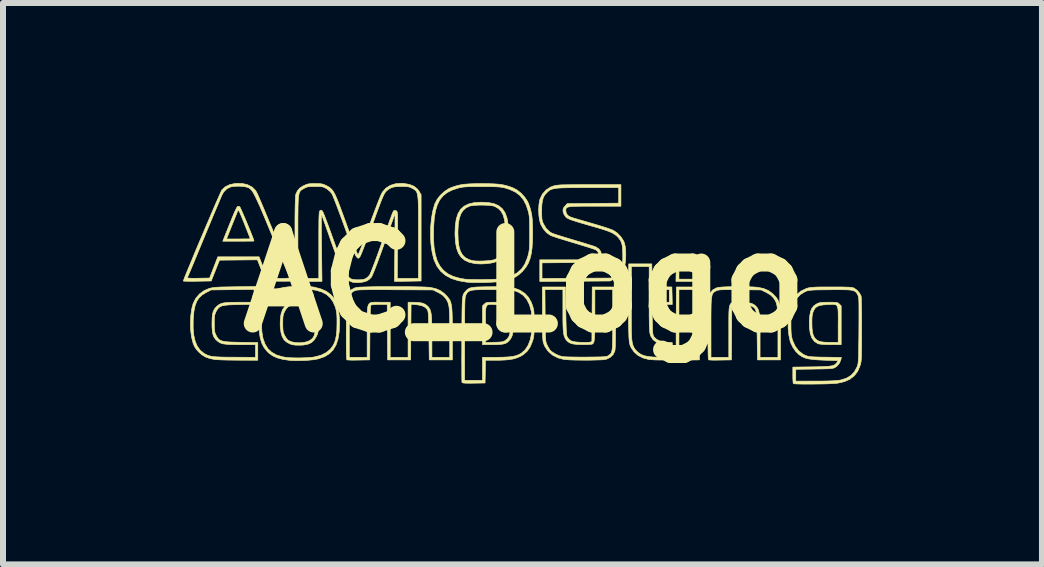
<source format=kicad_pcb>
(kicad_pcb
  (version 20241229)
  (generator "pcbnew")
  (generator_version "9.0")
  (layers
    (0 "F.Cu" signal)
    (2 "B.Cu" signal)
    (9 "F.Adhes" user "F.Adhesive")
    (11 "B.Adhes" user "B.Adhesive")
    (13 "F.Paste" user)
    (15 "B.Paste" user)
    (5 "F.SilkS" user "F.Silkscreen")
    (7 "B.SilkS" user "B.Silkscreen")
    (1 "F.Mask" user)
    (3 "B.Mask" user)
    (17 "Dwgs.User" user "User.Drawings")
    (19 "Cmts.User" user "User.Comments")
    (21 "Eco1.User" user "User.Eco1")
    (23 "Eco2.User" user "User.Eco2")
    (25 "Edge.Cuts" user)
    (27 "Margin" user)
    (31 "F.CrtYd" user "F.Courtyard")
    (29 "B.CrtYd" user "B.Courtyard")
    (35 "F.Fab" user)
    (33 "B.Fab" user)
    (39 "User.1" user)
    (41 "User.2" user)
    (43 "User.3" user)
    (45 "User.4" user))
  (footprint "AC_Logo"
    (layer "F.Cu")
    (at 5.698 1.652)
    (property "Reference" "AC_Logo" (at 0 0 0) (layer "F.SilkS") (effects (font (size 1.524 1.524) (thickness 0.3))))
    (attr through_hole)
    (fp_poly (pts (xy 2.912 -0.158) (xy 2.915 -0.012) (xy 2.517 -0.012) (xy 2.52 -0.158) (xy 2.523 -0.26) (xy 2.567 -0.26) (xy 2.567 -0.05) (xy 2.865 -0.05) (xy 2.865 -0.26) (xy 2.567 -0.26) (xy 2.523 -0.26) (xy 2.524 -0.304) (xy 2.908 -0.304) (xy 2.912 -0.158)) (stroke (width 0.01) (type solid)) (fill yes) (layer "F.SilkS"))
    (fp_poly (pts (xy 2.908 1.296) (xy 2.719 1.299) (xy 2.642 1.3) (xy 2.587 1.3) (xy 2.551 1.297) (xy 2.53 1.293) (xy 2.523 1.287) (xy 2.522 1.272) (xy 2.521 1.234) (xy 2.521 1.177) (xy 2.52 1.102) (xy 2.52 1.012) (xy 2.52 0.91) (xy 2.52 0.798) (xy 2.521 0.679) (xy 2.521 0.676) (xy 2.524 0.124) (xy 2.567 0.124) (xy 2.567 1.253) (xy 2.865 1.253) (xy 2.865 0.124) (xy 2.567 0.124) (xy 2.524 0.124) (xy 2.524 0.081) (xy 2.908 0.081) (xy 2.908 1.296)) (stroke (width 0.01) (type solid)) (fill yes) (layer "F.SilkS"))
    (fp_poly (pts (xy -4.764 -1.262) (xy -4.753 -1.257) (xy -4.745 -1.244) (xy -4.73 -1.212) (xy -4.709 -1.164) (xy -4.683 -1.105) (xy -4.655 -1.039) (xy -4.625 -0.968) (xy -4.596 -0.898) (xy -4.569 -0.832) (xy -4.546 -0.774) (xy -4.528 -0.727) (xy -4.517 -0.696) (xy -4.515 -0.685) (xy -4.526 -0.684) (xy -4.559 -0.683) (xy -4.61 -0.683) (xy -4.674 -0.682) (xy -4.749 -0.682) (xy -4.775 -0.682) (xy -5.036 -0.682) (xy -5.02 -0.719) (xy -4.973 -0.719) (xy -4.775 -0.719) (xy -4.708 -0.72) (xy -4.65 -0.72) (xy -4.607 -0.721) (xy -4.581 -0.722) (xy -4.577 -0.722) (xy -4.581 -0.734) (xy -4.593 -0.766) (xy -4.612 -0.814) (xy -4.636 -0.874) (xy -4.664 -0.945) (xy -4.675 -0.973) (xy -4.708 -1.055) (xy -4.733 -1.115) (xy -4.751 -1.158) (xy -4.765 -1.184) (xy -4.774 -1.196) (xy -4.781 -1.198) (xy -4.785 -1.19) (xy -4.794 -1.168) (xy -4.81 -1.127) (xy -4.831 -1.075) (xy -4.855 -1.014) (xy -4.862 -0.998) (xy -4.888 -0.934) (xy -4.912 -0.872) (xy -4.933 -0.82) (xy -4.948 -0.782) (xy -4.95 -0.778) (xy -4.973 -0.719) (xy -5.02 -0.719) (xy -5.019 -0.722) (xy -5.01 -0.746) (xy -4.993 -0.788) (xy -4.97 -0.846) (xy -4.943 -0.914) (xy -4.913 -0.988) (xy -4.904 -1.009) (xy -4.875 -1.082) (xy -4.847 -1.148) (xy -4.823 -1.201) (xy -4.804 -1.24) (xy -4.791 -1.26) (xy -4.789 -1.262) (xy -4.764 -1.262)) (stroke (width 0.01) (type solid)) (fill yes) (layer "F.SilkS"))
    (fp_poly (pts (xy 5.126 0.335) (xy 5.169 0.337) (xy 5.198 0.34) (xy 5.217 0.346) (xy 5.231 0.357) (xy 5.241 0.365) (xy 5.271 0.396) (xy 5.271 1.042) (xy 5.094 1.041) (xy 5.003 1.04) (xy 4.935 1.035) (xy 4.891 1.028) (xy 4.88 1.024) (xy 4.825 0.988) (xy 4.784 0.934) (xy 4.756 0.86) (xy 4.742 0.766) (xy 4.74 0.676) (xy 4.783 0.676) (xy 4.785 0.765) (xy 4.793 0.834) (xy 4.806 0.887) (xy 4.828 0.927) (xy 4.845 0.947) (xy 4.871 0.969) (xy 4.902 0.985) (xy 4.942 0.995) (xy 4.997 1.001) (xy 5.07 1.003) (xy 5.088 1.003) (xy 5.221 1.005) (xy 5.221 0.701) (xy 5.222 0.601) (xy 5.221 0.524) (xy 5.219 0.465) (xy 5.213 0.424) (xy 5.202 0.396) (xy 5.185 0.38) (xy 5.16 0.372) (xy 5.126 0.371) (xy 5.08 0.373) (xy 5.043 0.374) (xy 4.966 0.38) (xy 4.909 0.39) (xy 4.868 0.407) (xy 4.838 0.432) (xy 4.815 0.469) (xy 4.809 0.481) (xy 4.797 0.514) (xy 4.789 0.55) (xy 4.784 0.595) (xy 4.783 0.657) (xy 4.783 0.676) (xy 4.74 0.676) (xy 4.74 0.651) (xy 4.74 0.65) (xy 4.747 0.56) (xy 4.76 0.49) (xy 4.782 0.437) (xy 4.813 0.397) (xy 4.855 0.367) (xy 4.861 0.364) (xy 4.887 0.351) (xy 4.914 0.343) (xy 4.947 0.338) (xy 4.993 0.336) (xy 5.056 0.335) (xy 5.063 0.335) (xy 5.126 0.335)) (stroke (width 0.01) (type solid)) (fill yes) (layer "F.SilkS"))
    (fp_poly (pts (xy -0.43 0.337) (xy -0.371 0.343) (xy -0.326 0.355) (xy -0.292 0.374) (xy -0.262 0.402) (xy -0.258 0.407) (xy -0.231 0.444) (xy -0.213 0.485) (xy -0.201 0.534) (xy -0.194 0.598) (xy -0.192 0.68) (xy -0.192 0.688) (xy -0.194 0.773) (xy -0.2 0.838) (xy -0.211 0.888) (xy -0.229 0.929) (xy -0.255 0.966) (xy -0.258 0.969) (xy -0.284 0.996) (xy -0.313 1.016) (xy -0.349 1.029) (xy -0.397 1.037) (xy -0.461 1.041) (xy -0.539 1.042) (xy -0.707 1.042) (xy -0.707 0.632) (xy -0.657 0.632) (xy -0.657 0.702) (xy -0.657 1.007) (xy -0.509 1.003) (xy -0.444 1) (xy -0.398 0.997) (xy -0.366 0.991) (xy -0.344 0.983) (xy -0.326 0.972) (xy -0.296 0.946) (xy -0.273 0.919) (xy -0.258 0.885) (xy -0.248 0.841) (xy -0.244 0.782) (xy -0.242 0.704) (xy -0.242 0.682) (xy -0.242 0.61) (xy -0.243 0.559) (xy -0.246 0.522) (xy -0.251 0.496) (xy -0.259 0.476) (xy -0.269 0.458) (xy -0.294 0.426) (xy -0.324 0.403) (xy -0.364 0.388) (xy -0.419 0.379) (xy -0.485 0.375) (xy -0.536 0.372) (xy -0.577 0.371) (xy -0.607 0.374) (xy -0.628 0.384) (xy -0.643 0.404) (xy -0.651 0.436) (xy -0.656 0.483) (xy -0.657 0.547) (xy -0.657 0.632) (xy -0.707 0.632) (xy -0.707 0.396) (xy -0.676 0.365) (xy -0.662 0.352) (xy -0.645 0.343) (xy -0.622 0.338) (xy -0.587 0.336) (xy -0.534 0.335) (xy -0.509 0.335) (xy -0.43 0.337)) (stroke (width 0.01) (type solid)) (fill yes) (layer "F.SilkS"))
    (fp_poly (pts (xy -0.607 -1.326) (xy -0.513 -1.307) (xy -0.436 -1.273) (xy -0.376 -1.223) (xy -0.331 -1.156) (xy -0.299 -1.071) (xy -0.281 -0.966) (xy -0.273 -0.841) (xy -0.273 -0.819) (xy -0.28 -0.687) (xy -0.298 -0.577) (xy -0.33 -0.487) (xy -0.375 -0.416) (xy -0.433 -0.365) (xy -0.505 -0.331) (xy -0.51 -0.329) (xy -0.574 -0.316) (xy -0.652 -0.307) (xy -0.733 -0.303) (xy -0.807 -0.306) (xy -0.838 -0.309) (xy -0.929 -0.331) (xy -1.003 -0.365) (xy -1.062 -0.414) (xy -1.107 -0.479) (xy -1.138 -0.562) (xy -1.157 -0.664) (xy -1.165 -0.786) (xy -1.165 -0.819) (xy -1.116 -0.819) (xy -1.112 -0.697) (xy -1.099 -0.598) (xy -1.076 -0.518) (xy -1.042 -0.456) (xy -0.996 -0.41) (xy -0.937 -0.377) (xy -0.877 -0.359) (xy -0.829 -0.353) (xy -0.768 -0.351) (xy -0.699 -0.352) (xy -0.631 -0.356) (xy -0.569 -0.362) (xy -0.521 -0.371) (xy -0.502 -0.377) (xy -0.445 -0.409) (xy -0.4 -0.453) (xy -0.366 -0.511) (xy -0.342 -0.584) (xy -0.328 -0.677) (xy -0.323 -0.79) (xy -0.322 -0.819) (xy -0.327 -0.939) (xy -0.34 -1.039) (xy -0.363 -1.119) (xy -0.397 -1.181) (xy -0.443 -1.228) (xy -0.501 -1.261) (xy -0.517 -1.267) (xy -0.555 -1.275) (xy -0.61 -1.28) (xy -0.676 -1.283) (xy -0.747 -1.284) (xy -0.814 -1.281) (xy -0.873 -1.276) (xy -0.915 -1.269) (xy -0.921 -1.267) (xy -0.983 -1.237) (xy -1.031 -1.194) (xy -1.068 -1.136) (xy -1.094 -1.06) (xy -1.11 -0.966) (xy -1.116 -0.85) (xy -1.116 -0.819) (xy -1.165 -0.819) (xy -1.16 -0.948) (xy -1.143 -1.056) (xy -1.114 -1.144) (xy -1.071 -1.214) (xy -1.013 -1.266) (xy -0.939 -1.302) (xy -0.848 -1.324) (xy -0.738 -1.332) (xy -0.719 -1.332) (xy -0.607 -1.326)) (stroke (width 0.01) (type solid)) (fill yes) (layer "F.SilkS"))
    (fp_poly (pts (xy -3.698 0.329) (xy -3.656 0.332) (xy -3.625 0.337) (xy -3.599 0.347) (xy -3.571 0.362) (xy -3.57 0.363) (xy -3.529 0.392) (xy -3.499 0.428) (xy -3.477 0.468) (xy -3.462 0.501) (xy -3.452 0.529) (xy -3.446 0.56) (xy -3.443 0.6) (xy -3.442 0.656) (xy -3.442 0.689) (xy -3.442 0.754) (xy -3.444 0.8) (xy -3.448 0.834) (xy -3.456 0.862) (xy -3.468 0.891) (xy -3.479 0.912) (xy -3.515 0.968) (xy -3.559 1.008) (xy -3.616 1.034) (xy -3.689 1.048) (xy -3.745 1.051) (xy -3.824 1.05) (xy -3.884 1.041) (xy -3.9 1.036) (xy -3.964 1.005) (xy -4.012 0.964) (xy -4.045 0.908) (xy -4.066 0.836) (xy -4.077 0.744) (xy -4.078 0.734) (xy -4.078 0.688) (xy -4.036 0.688) (xy -4.035 0.752) (xy -4.032 0.797) (xy -4.027 0.831) (xy -4.017 0.86) (xy -4.005 0.887) (xy -3.982 0.926) (xy -3.956 0.959) (xy -3.944 0.97) (xy -3.895 0.993) (xy -3.83 1.007) (xy -3.758 1.011) (xy -3.686 1.005) (xy -3.622 0.99) (xy -3.592 0.976) (xy -3.555 0.951) (xy -3.528 0.921) (xy -3.509 0.882) (xy -3.498 0.829) (xy -3.492 0.759) (xy -3.491 0.688) (xy -3.493 0.603) (xy -3.499 0.538) (xy -3.51 0.489) (xy -3.529 0.452) (xy -3.555 0.423) (xy -3.573 0.408) (xy -3.623 0.384) (xy -3.689 0.369) (xy -3.762 0.364) (xy -3.835 0.371) (xy -3.835 0.371) (xy -3.899 0.386) (xy -3.945 0.41) (xy -3.979 0.446) (xy -4.005 0.49) (xy -4.019 0.52) (xy -4.028 0.549) (xy -4.033 0.584) (xy -4.035 0.632) (xy -4.036 0.688) (xy -4.078 0.688) (xy -4.077 0.622) (xy -4.064 0.529) (xy -4.038 0.456) (xy -3.998 0.399) (xy -3.943 0.358) (xy -3.941 0.357) (xy -3.913 0.344) (xy -3.883 0.335) (xy -3.846 0.331) (xy -3.795 0.329) (xy -3.758 0.329) (xy -3.698 0.329)) (stroke (width 0.01) (type solid)) (fill yes) (layer "F.SilkS"))
    (fp_poly (pts (xy 2.121 0.074) (xy 2.285 0.077) (xy 2.449 0.081) (xy 2.453 0.226) (xy 2.456 0.372) (xy 2.119 0.372) (xy 2.123 0.625) (xy 2.125 0.712) (xy 2.126 0.777) (xy 2.129 0.825) (xy 2.132 0.858) (xy 2.137 0.882) (xy 2.143 0.898) (xy 2.151 0.912) (xy 2.153 0.914) (xy 2.196 0.955) (xy 2.258 0.983) (xy 2.34 0.999) (xy 2.363 1.001) (xy 2.456 1.008) (xy 2.449 1.296) (xy 2.294 1.298) (xy 2.226 1.298) (xy 2.159 1.296) (xy 2.102 1.292) (xy 2.065 1.289) (xy 1.969 1.264) (xy 1.885 1.221) (xy 1.817 1.161) (xy 1.768 1.088) (xy 1.754 1.056) (xy 1.747 1.033) (xy 1.741 1.004) (xy 1.737 0.965) (xy 1.733 0.914) (xy 1.731 0.847) (xy 1.728 0.76) (xy 1.727 0.685) (xy 1.721 0.372) (xy 1.562 0.372) (xy 1.565 0.226) (xy 1.568 0.124) (xy 1.612 0.124) (xy 1.612 0.335) (xy 1.774 0.335) (xy 1.774 0.649) (xy 1.774 0.762) (xy 1.776 0.854) (xy 1.779 0.927) (xy 1.785 0.985) (xy 1.794 1.03) (xy 1.806 1.067) (xy 1.821 1.097) (xy 1.841 1.125) (xy 1.85 1.136) (xy 1.891 1.175) (xy 1.935 1.205) (xy 1.989 1.226) (xy 2.054 1.24) (xy 2.137 1.248) (xy 2.239 1.251) (xy 2.242 1.251) (xy 2.406 1.253) (xy 2.406 1.042) (xy 2.349 1.042) (xy 2.265 1.032) (xy 2.194 1.004) (xy 2.137 0.96) (xy 2.098 0.901) (xy 2.086 0.865) (xy 2.08 0.831) (xy 2.076 0.778) (xy 2.073 0.708) (xy 2.072 0.627) (xy 2.071 0.571) (xy 2.071 0.335) (xy 2.406 0.335) (xy 2.406 0.124) (xy 2.071 0.124) (xy 2.071 -0.26) (xy 1.774 -0.26) (xy 1.774 0.124) (xy 1.612 0.124) (xy 1.568 0.124) (xy 1.569 0.081) (xy 1.723 0.073) (xy 1.727 -0.115) (xy 1.73 -0.304) (xy 2.115 -0.304) (xy 2.121 0.074)) (stroke (width 0.01) (type solid)) (fill yes) (layer "F.SilkS"))
    (fp_poly (pts (xy -3.692 0.071) (xy -3.623 0.074) (xy -3.563 0.077) (xy -3.519 0.082) (xy -3.51 0.084) (xy -3.4 0.113) (xy -3.308 0.154) (xy -3.234 0.209) (xy -3.176 0.278) (xy -3.134 0.364) (xy -3.106 0.468) (xy -3.091 0.592) (xy -3.089 0.688) (xy -3.095 0.827) (xy -3.114 0.946) (xy -3.147 1.046) (xy -3.195 1.127) (xy -3.258 1.192) (xy -3.337 1.241) (xy -3.433 1.275) (xy -3.47 1.284) (xy -3.539 1.295) (xy -3.623 1.303) (xy -3.716 1.307) (xy -3.808 1.308) (xy -3.891 1.306) (xy -3.934 1.302) (xy -4.043 1.285) (xy -4.133 1.26) (xy -4.207 1.226) (xy -4.27 1.18) (xy -4.302 1.148) (xy -4.35 1.086) (xy -4.386 1.015) (xy -4.411 0.933) (xy -4.426 0.835) (xy -4.432 0.718) (xy -4.432 0.688) (xy -4.39 0.688) (xy -4.384 0.823) (xy -4.365 0.937) (xy -4.332 1.031) (xy -4.284 1.108) (xy -4.221 1.168) (xy -4.141 1.213) (xy -4.044 1.243) (xy -3.989 1.253) (xy -3.929 1.259) (xy -3.854 1.262) (xy -3.769 1.263) (xy -3.683 1.261) (xy -3.603 1.257) (xy -3.536 1.251) (xy -3.509 1.247) (xy -3.401 1.219) (xy -3.312 1.175) (xy -3.241 1.116) (xy -3.201 1.062) (xy -3.174 1.01) (xy -3.155 0.951) (xy -3.142 0.88) (xy -3.134 0.794) (xy -3.132 0.688) (xy -3.132 0.612) (xy -3.134 0.555) (xy -3.138 0.51) (xy -3.144 0.473) (xy -3.154 0.436) (xy -3.161 0.412) (xy -3.197 0.329) (xy -3.244 0.261) (xy -3.306 0.206) (xy -3.383 0.165) (xy -3.478 0.136) (xy -3.591 0.119) (xy -3.724 0.113) (xy -3.825 0.115) (xy -3.93 0.121) (xy -4.016 0.132) (xy -4.086 0.147) (xy -4.146 0.168) (xy -4.199 0.197) (xy -4.216 0.208) (xy -4.276 0.261) (xy -4.323 0.328) (xy -4.357 0.411) (xy -4.379 0.512) (xy -4.389 0.633) (xy -4.39 0.688) (xy -4.432 0.688) (xy -4.428 0.566) (xy -4.415 0.464) (xy -4.392 0.379) (xy -4.359 0.306) (xy -4.314 0.242) (xy -4.302 0.229) (xy -4.246 0.178) (xy -4.182 0.138) (xy -4.106 0.108) (xy -4.017 0.087) (xy -3.909 0.075) (xy -3.781 0.071) (xy -3.764 0.071) (xy -3.692 0.071)) (stroke (width 0.01) (type solid)) (fill yes) (layer "F.SilkS"))
    (fp_poly (pts (xy -4.477 0.37) (xy -4.747 0.374) (xy -4.849 0.376) (xy -4.93 0.379) (xy -4.992 0.385) (xy -5.039 0.393) (xy -5.074 0.406) (xy -5.1 0.423) (xy -5.121 0.447) (xy -5.139 0.477) (xy -5.147 0.49) (xy -5.16 0.52) (xy -5.169 0.548) (xy -5.175 0.581) (xy -5.177 0.626) (xy -5.177 0.689) (xy -5.177 0.689) (xy -5.176 0.753) (xy -5.173 0.799) (xy -5.168 0.833) (xy -5.159 0.861) (xy -5.146 0.887) (xy -5.128 0.92) (xy -5.109 0.945) (xy -5.086 0.964) (xy -5.056 0.978) (xy -5.015 0.988) (xy -4.961 0.995) (xy -4.889 0.999) (xy -4.799 1.001) (xy -4.735 1.003) (xy -4.452 1.007) (xy -4.452 1.302) (xy -4.778 1.301) (xy -4.869 1.3) (xy -4.956 1.299) (xy -5.033 1.297) (xy -5.097 1.294) (xy -5.144 1.292) (xy -5.167 1.29) (xy -5.255 1.272) (xy -5.326 1.246) (xy -5.387 1.208) (xy -5.433 1.167) (xy -5.476 1.119) (xy -5.506 1.074) (xy -5.528 1.022) (xy -5.53 1.017) (xy -5.556 0.915) (xy -5.571 0.798) (xy -5.572 0.767) (xy -5.529 0.767) (xy -5.518 0.886) (xy -5.495 0.986) (xy -5.46 1.069) (xy -5.412 1.135) (xy -5.35 1.186) (xy -5.318 1.204) (xy -5.291 1.217) (xy -5.263 1.227) (xy -5.23 1.235) (xy -5.19 1.241) (xy -5.14 1.245) (xy -5.076 1.248) (xy -4.995 1.25) (xy -4.894 1.251) (xy -4.828 1.251) (xy -4.49 1.253) (xy -4.49 1.042) (xy -4.741 1.042) (xy -4.841 1.041) (xy -4.919 1.039) (xy -4.98 1.035) (xy -5.026 1.029) (xy -5.062 1.019) (xy -5.091 1.006) (xy -5.116 0.989) (xy -5.122 0.984) (xy -5.158 0.95) (xy -5.183 0.913) (xy -5.2 0.87) (xy -5.21 0.814) (xy -5.215 0.741) (xy -5.215 0.688) (xy -5.213 0.603) (xy -5.207 0.538) (xy -5.194 0.488) (xy -5.174 0.448) (xy -5.145 0.413) (xy -5.122 0.393) (xy -5.097 0.374) (xy -5.069 0.36) (xy -5.034 0.349) (xy -4.989 0.342) (xy -4.931 0.338) (xy -4.855 0.336) (xy -4.758 0.335) (xy -4.753 0.335) (xy -4.514 0.335) (xy -4.514 0.122) (xy -4.872 0.126) (xy -5.23 0.13) (xy -5.315 0.174) (xy -5.38 0.214) (xy -5.431 0.262) (xy -5.47 0.321) (xy -5.497 0.395) (xy -5.516 0.486) (xy -5.526 0.597) (xy -5.528 0.626) (xy -5.529 0.767) (xy -5.572 0.767) (xy -5.575 0.675) (xy -5.568 0.552) (xy -5.551 0.438) (xy -5.53 0.36) (xy -5.488 0.274) (xy -5.426 0.2) (xy -5.349 0.143) (xy -5.276 0.111) (xy -5.249 0.102) (xy -5.223 0.096) (xy -5.194 0.091) (xy -5.158 0.087) (xy -5.113 0.084) (xy -5.054 0.081) (xy -4.979 0.08) (xy -4.885 0.078) (xy -4.834 0.077) (xy -4.477 0.072) (xy -4.477 0.37)) (stroke (width 0.01) (type solid)) (fill yes) (layer "F.SilkS"))
    (fp_poly (pts (xy -0.392 0.077) (xy -0.311 0.081) (xy -0.244 0.088) (xy -0.187 0.098) (xy -0.138 0.113) (xy -0.092 0.131) (xy -0.075 0.14) (xy 0.000382 0.189) (xy 0.06 0.253) (xy 0.106 0.336) (xy 0.126 0.39) (xy 0.137 0.425) (xy 0.145 0.459) (xy 0.15 0.496) (xy 0.153 0.542) (xy 0.155 0.602) (xy 0.155 0.68) (xy 0.155 0.688) (xy 0.155 0.769) (xy 0.153 0.83) (xy 0.15 0.877) (xy 0.145 0.914) (xy 0.138 0.948) (xy 0.127 0.984) (xy 0.126 0.987) (xy 0.087 1.081) (xy 0.035 1.155) (xy -0.032 1.212) (xy -0.075 1.237) (xy -0.13 1.261) (xy -0.189 1.279) (xy -0.256 1.291) (xy -0.336 1.298) (xy -0.434 1.302) (xy -0.486 1.302) (xy -0.657 1.302) (xy -0.66 1.491) (xy -0.664 1.681) (xy -0.853 1.684) (xy -0.929 1.685) (xy -0.983 1.684) (xy -1.018 1.682) (xy -1.039 1.678) (xy -1.048 1.672) (xy -1.049 1.671) (xy -1.05 1.655) (xy -1.051 1.618) (xy -1.052 1.56) (xy -1.052 1.484) (xy -1.052 1.392) (xy -1.053 1.287) (xy -1.052 1.171) (xy -1.052 1.045) (xy -1.052 0.948) (xy -1.052 0.939) (xy -1.005 0.939) (xy -1.005 1.637) (xy -0.707 1.637) (xy -0.707 1.253) (xy -0.48 1.253) (xy -0.372 1.251) (xy -0.284 1.247) (xy -0.214 1.24) (xy -0.157 1.228) (xy -0.109 1.211) (xy -0.067 1.189) (xy -0.059 1.184) (xy 0.004 1.128) (xy 0.054 1.052) (xy 0.09 0.957) (xy 0.112 0.841) (xy 0.12 0.757) (xy 0.121 0.611) (xy 0.106 0.483) (xy 0.076 0.376) (xy 0.031 0.287) (xy -0.029 0.219) (xy -0.105 0.169) (xy -0.155 0.15) (xy -0.183 0.142) (xy -0.211 0.136) (xy -0.243 0.131) (xy -0.282 0.128) (xy -0.332 0.126) (xy -0.397 0.125) (xy -0.48 0.124) (xy -0.556 0.124) (xy -0.664 0.124) (xy -0.75 0.126) (xy -0.817 0.128) (xy -0.867 0.133) (xy -0.905 0.141) (xy -0.932 0.152) (xy -0.953 0.167) (xy -0.968 0.187) (xy -0.982 0.211) (xy -0.987 0.221) (xy -0.991 0.234) (xy -0.994 0.251) (xy -0.997 0.275) (xy -0.999 0.307) (xy -1.001 0.35) (xy -1.002 0.405) (xy -1.003 0.474) (xy -1.004 0.561) (xy -1.004 0.665) (xy -1.005 0.791) (xy -1.005 0.939) (xy -1.052 0.939) (xy -1.051 0.795) (xy -1.05 0.665) (xy -1.049 0.556) (xy -1.048 0.466) (xy -1.046 0.392) (xy -1.044 0.333) (xy -1.041 0.287) (xy -1.037 0.251) (xy -1.032 0.224) (xy -1.025 0.203) (xy -1.017 0.187) (xy -1.008 0.173) (xy -0.996 0.16) (xy -0.988 0.151) (xy -0.967 0.129) (xy -0.946 0.113) (xy -0.922 0.1) (xy -0.89 0.091) (xy -0.848 0.085) (xy -0.793 0.081) (xy -0.719 0.079) (xy -0.625 0.077) (xy -0.611 0.077) (xy -0.491 0.076) (xy -0.392 0.077)) (stroke (width 0.01) (type solid)) (fill yes) (layer "F.SilkS"))
    (fp_poly (pts (xy -4.71 -1.644) (xy -4.623 -1.624) (xy -4.55 -1.586) (xy -4.492 -1.532) (xy -4.466 -1.489) (xy -4.456 -1.468) (xy -4.438 -1.427) (xy -4.413 -1.369) (xy -4.382 -1.296) (xy -4.346 -1.211) (xy -4.306 -1.115) (xy -4.263 -1.011) (xy -4.217 -0.902) (xy -4.171 -0.791) (xy -4.124 -0.678) (xy -4.078 -0.567) (xy -4.034 -0.46) (xy -3.992 -0.36) (xy -3.955 -0.268) (xy -3.922 -0.187) (xy -3.895 -0.121) (xy -3.874 -0.069) (xy -3.861 -0.037) (xy -3.857 -0.025) (xy -3.869 -0.02) (xy -3.906 -0.016) (xy -3.966 -0.015) (xy -4.049 -0.015) (xy -4.088 -0.015) (xy -4.32 -0.019) (xy -4.389 -0.196) (xy -4.458 -0.372) (xy -4.774 -0.369) (xy -5.09 -0.366) (xy -5.159 -0.192) (xy -5.228 -0.019) (xy -5.46 -0.015) (xy -5.533 -0.014) (xy -5.597 -0.014) (xy -5.647 -0.015) (xy -5.68 -0.016) (xy -5.693 -0.018) (xy -5.693 -0.018) (xy -5.688 -0.033) (xy -5.674 -0.069) (xy -5.674 -0.071) (xy -5.627 -0.071) (xy -5.617 -0.068) (xy -5.587 -0.066) (xy -5.54 -0.064) (xy -5.48 -0.064) (xy -5.444 -0.065) (xy -5.255 -0.068) (xy -5.186 -0.245) (xy -5.118 -0.422) (xy -4.43 -0.422) (xy -4.36 -0.242) (xy -4.289 -0.062) (xy -4.103 -0.062) (xy -4.028 -0.062) (xy -3.976 -0.064) (xy -3.942 -0.067) (xy -3.926 -0.071) (xy -3.923 -0.078) (xy -3.928 -0.091) (xy -3.943 -0.126) (xy -3.965 -0.18) (xy -3.994 -0.25) (xy -4.03 -0.336) (xy -4.071 -0.434) (xy -4.116 -0.542) (xy -4.165 -0.66) (xy -4.216 -0.784) (xy -4.218 -0.788) (xy -4.281 -0.939) (xy -4.335 -1.069) (xy -4.382 -1.18) (xy -4.422 -1.273) (xy -4.457 -1.349) (xy -4.486 -1.411) (xy -4.511 -1.461) (xy -4.533 -1.499) (xy -4.552 -1.527) (xy -4.571 -1.548) (xy -4.588 -1.563) (xy -4.606 -1.573) (xy -4.626 -1.58) (xy -4.645 -1.586) (xy -4.698 -1.595) (xy -4.764 -1.599) (xy -4.832 -1.597) (xy -4.889 -1.59) (xy -4.902 -1.587) (xy -4.966 -1.557) (xy -5.018 -1.505) (xy -5.046 -1.458) (xy -5.056 -1.436) (xy -5.074 -1.394) (xy -5.099 -1.333) (xy -5.132 -1.256) (xy -5.17 -1.166) (xy -5.213 -1.063) (xy -5.259 -0.952) (xy -5.309 -0.833) (xy -5.347 -0.741) (xy -5.397 -0.62) (xy -5.444 -0.506) (xy -5.488 -0.401) (xy -5.527 -0.306) (xy -5.561 -0.225) (xy -5.589 -0.159) (xy -5.61 -0.11) (xy -5.623 -0.08) (xy -5.627 -0.071) (xy -5.674 -0.071) (xy -5.653 -0.123) (xy -5.625 -0.192) (xy -5.59 -0.275) (xy -5.551 -0.369) (xy -5.509 -0.472) (xy -5.463 -0.581) (xy -5.415 -0.695) (xy -5.366 -0.809) (xy -5.318 -0.924) (xy -5.27 -1.035) (xy -5.225 -1.141) (xy -5.183 -1.239) (xy -5.145 -1.328) (xy -5.111 -1.403) (xy -5.084 -1.465) (xy -5.064 -1.509) (xy -5.052 -1.534) (xy -5.049 -1.538) (xy -4.994 -1.589) (xy -4.92 -1.625) (xy -4.829 -1.644) (xy -4.809 -1.646) (xy -4.71 -1.644)) (stroke (width 0.01) (type solid)) (fill yes) (layer "F.SilkS"))
    (fp_poly (pts (xy -0.61 -1.641) (xy -0.52 -1.638) (xy -0.445 -1.633) (xy -0.381 -1.625) (xy -0.323 -1.612) (xy -0.266 -1.596) (xy -0.205 -1.574) (xy -0.134 -1.538) (xy -0.065 -1.483) (xy -0.004 -1.417) (xy 0.043 -1.347) (xy 0.061 -1.308) (xy 0.084 -1.243) (xy 0.101 -1.181) (xy 0.114 -1.118) (xy 0.122 -1.049) (xy 0.126 -0.967) (xy 0.128 -0.868) (xy 0.129 -0.819) (xy 0.126 -0.682) (xy 0.119 -0.566) (xy 0.105 -0.469) (xy 0.084 -0.386) (xy 0.056 -0.315) (xy 0.019 -0.252) (xy -0.028 -0.194) (xy -0.048 -0.172) (xy -0.103 -0.123) (xy -0.157 -0.086) (xy -0.219 -0.057) (xy -0.294 -0.033) (xy -0.36 -0.017) (xy -0.407 -0.01) (xy -0.474 -0.004) (xy -0.554 0.001) (xy -0.643 0.005) (xy -0.733 0.007) (xy -0.82 0.007) (xy -0.898 0.005) (xy -0.961 0.001) (xy -0.974 -0.000339) (xy -1.111 -0.024) (xy -1.228 -0.062) (xy -1.326 -0.115) (xy -1.406 -0.184) (xy -1.468 -0.269) (xy -1.514 -0.37) (xy -1.519 -0.384) (xy -1.547 -0.502) (xy -1.566 -0.634) (xy -1.571 -0.727) (xy -1.523 -0.727) (xy -1.514 -0.583) (xy -1.493 -0.459) (xy -1.461 -0.354) (xy -1.416 -0.267) (xy -1.357 -0.196) (xy -1.284 -0.139) (xy -1.196 -0.096) (xy -1.092 -0.066) (xy -1.004 -0.05) (xy -0.966 -0.047) (xy -0.909 -0.044) (xy -0.839 -0.043) (xy -0.759 -0.042) (xy -0.676 -0.043) (xy -0.67 -0.043) (xy -0.576 -0.045) (xy -0.503 -0.048) (xy -0.445 -0.051) (xy -0.397 -0.057) (xy -0.356 -0.064) (xy -0.317 -0.073) (xy -0.211 -0.109) (xy -0.125 -0.157) (xy -0.056 -0.22) (xy -0.002 -0.299) (xy 0.039 -0.399) (xy 0.052 -0.441) (xy 0.061 -0.477) (xy 0.068 -0.512) (xy 0.073 -0.549) (xy 0.076 -0.595) (xy 0.078 -0.653) (xy 0.079 -0.727) (xy 0.079 -0.812) (xy 0.079 -0.91) (xy 0.078 -0.987) (xy 0.076 -1.048) (xy 0.072 -1.096) (xy 0.066 -1.135) (xy 0.059 -1.17) (xy 0.023 -1.281) (xy -0.023 -1.371) (xy -0.082 -1.443) (xy -0.157 -1.5) (xy -0.249 -1.543) (xy -0.317 -1.565) (xy -0.351 -1.574) (xy -0.383 -1.58) (xy -0.418 -1.585) (xy -0.459 -1.588) (xy -0.512 -1.59) (xy -0.579 -1.592) (xy -0.664 -1.592) (xy -0.719 -1.592) (xy -0.817 -1.592) (xy -0.893 -1.591) (xy -0.953 -1.59) (xy -1 -1.587) (xy -1.038 -1.583) (xy -1.071 -1.577) (xy -1.103 -1.57) (xy -1.121 -1.565) (xy -1.219 -1.532) (xy -1.3 -1.49) (xy -1.366 -1.436) (xy -1.42 -1.37) (xy -1.46 -1.288) (xy -1.49 -1.189) (xy -1.51 -1.071) (xy -1.52 -0.932) (xy -1.522 -0.893) (xy -1.523 -0.727) (xy -1.571 -0.727) (xy -1.573 -0.776) (xy -1.571 -0.919) (xy -1.558 -1.059) (xy -1.535 -1.189) (xy -1.502 -1.303) (xy -1.5 -1.308) (xy -1.463 -1.379) (xy -1.409 -1.448) (xy -1.343 -1.509) (xy -1.273 -1.556) (xy -1.234 -1.574) (xy -1.173 -1.596) (xy -1.115 -1.612) (xy -1.057 -1.625) (xy -0.993 -1.633) (xy -0.918 -1.638) (xy -0.828 -1.641) (xy -0.719 -1.642) (xy -0.61 -1.641)) (stroke (width 0.01) (type solid)) (fill yes) (layer "F.SilkS"))
    (fp_poly (pts (xy 0.682 0.484) (xy 0.684 0.597) (xy 0.686 0.687) (xy 0.688 0.758) (xy 0.69 0.812) (xy 0.693 0.852) (xy 0.696 0.88) (xy 0.701 0.9) (xy 0.706 0.914) (xy 0.71 0.921) (xy 0.735 0.953) (xy 0.764 0.976) (xy 0.803 0.99) (xy 0.856 0.998) (xy 0.926 1.003) (xy 0.983 1.004) (xy 1.034 1.004) (xy 1.071 1.002) (xy 1.085 1) (xy 1.116 0.992) (xy 1.119 0.536) (xy 1.122 0.081) (xy 1.507 0.081) (xy 1.51 0.587) (xy 1.511 0.741) (xy 1.51 0.87) (xy 1.509 0.974) (xy 1.507 1.054) (xy 1.504 1.11) (xy 1.5 1.142) (xy 1.5 1.145) (xy 1.471 1.206) (xy 1.423 1.253) (xy 1.36 1.284) (xy 1.342 1.288) (xy 1.308 1.293) (xy 1.254 1.296) (xy 1.184 1.298) (xy 1.104 1.3) (xy 1.017 1.301) (xy 0.93 1.3) (xy 0.845 1.299) (xy 0.769 1.297) (xy 0.705 1.293) (xy 0.658 1.289) (xy 0.653 1.289) (xy 0.552 1.263) (xy 0.465 1.219) (xy 0.392 1.158) (xy 0.338 1.082) (xy 0.32 1.044) (xy 0.313 1.025) (xy 0.307 1.006) (xy 0.302 0.985) (xy 0.299 0.959) (xy 0.296 0.924) (xy 0.294 0.88) (xy 0.293 0.821) (xy 0.292 0.747) (xy 0.292 0.653) (xy 0.292 0.538) (xy 0.292 0.527) (xy 0.291 0.124) (xy 0.334 0.124) (xy 0.337 0.555) (xy 0.338 0.67) (xy 0.339 0.763) (xy 0.341 0.837) (xy 0.342 0.894) (xy 0.345 0.938) (xy 0.347 0.971) (xy 0.351 0.995) (xy 0.356 1.015) (xy 0.363 1.032) (xy 0.37 1.048) (xy 0.391 1.089) (xy 0.414 1.125) (xy 0.425 1.139) (xy 0.461 1.168) (xy 0.512 1.198) (xy 0.568 1.224) (xy 0.617 1.239) (xy 0.641 1.242) (xy 0.687 1.245) (xy 0.75 1.247) (xy 0.826 1.248) (xy 0.913 1.249) (xy 1.006 1.249) (xy 1.013 1.249) (xy 1.116 1.248) (xy 1.196 1.247) (xy 1.258 1.246) (xy 1.304 1.244) (xy 1.337 1.241) (xy 1.36 1.238) (xy 1.377 1.233) (xy 1.389 1.226) (xy 1.397 1.22) (xy 1.413 1.208) (xy 1.426 1.196) (xy 1.437 1.182) (xy 1.445 1.162) (xy 1.451 1.136) (xy 1.456 1.1) (xy 1.459 1.052) (xy 1.461 0.99) (xy 1.463 0.911) (xy 1.463 0.813) (xy 1.463 0.694) (xy 1.463 0.629) (xy 1.463 0.124) (xy 1.166 0.124) (xy 1.166 0.547) (xy 1.166 0.666) (xy 1.165 0.763) (xy 1.164 0.841) (xy 1.162 0.901) (xy 1.158 0.946) (xy 1.154 0.979) (xy 1.148 1.002) (xy 1.14 1.017) (xy 1.13 1.028) (xy 1.124 1.032) (xy 1.107 1.036) (xy 1.07 1.039) (xy 1.019 1.041) (xy 0.961 1.041) (xy 0.873 1.039) (xy 0.806 1.031) (xy 0.755 1.016) (xy 0.717 0.994) (xy 0.687 0.962) (xy 0.685 0.96) (xy 0.671 0.937) (xy 0.659 0.911) (xy 0.65 0.881) (xy 0.643 0.842) (xy 0.638 0.793) (xy 0.635 0.729) (xy 0.633 0.648) (xy 0.633 0.547) (xy 0.633 0.474) (xy 0.633 0.124) (xy 0.334 0.124) (xy 0.291 0.124) (xy 0.291 0.081) (xy 0.676 0.081) (xy 0.682 0.484)) (stroke (width 0.01) (type solid)) (fill yes) (layer "F.SilkS"))
    (fp_poly (pts (xy 3.643 0.076) (xy 3.725 0.077) (xy 3.799 0.08) (xy 3.857 0.084) (xy 3.886 0.087) (xy 3.98 0.107) (xy 4.057 0.14) (xy 4.124 0.188) (xy 4.153 0.217) (xy 4.179 0.245) (xy 4.201 0.272) (xy 4.218 0.299) (xy 4.231 0.331) (xy 4.242 0.369) (xy 4.249 0.416) (xy 4.254 0.474) (xy 4.258 0.548) (xy 4.259 0.638) (xy 4.26 0.748) (xy 4.26 0.862) (xy 4.26 1.296) (xy 3.876 1.296) (xy 3.87 0.892) (xy 3.868 0.775) (xy 3.866 0.68) (xy 3.863 0.605) (xy 3.859 0.546) (xy 3.854 0.502) (xy 3.847 0.47) (xy 3.837 0.447) (xy 3.825 0.43) (xy 3.808 0.418) (xy 3.788 0.406) (xy 3.78 0.401) (xy 3.747 0.391) (xy 3.698 0.382) (xy 3.64 0.376) (xy 3.579 0.372) (xy 3.525 0.372) (xy 3.485 0.376) (xy 3.48 0.377) (xy 3.448 0.385) (xy 3.445 0.84) (xy 3.442 1.296) (xy 3.255 1.299) (xy 3.189 1.3) (xy 3.132 1.3) (xy 3.089 1.298) (xy 3.064 1.296) (xy 3.06 1.294) (xy 3.057 1.279) (xy 3.055 1.253) (xy 3.101 1.253) (xy 3.398 1.253) (xy 3.398 0.826) (xy 3.398 0.703) (xy 3.398 0.602) (xy 3.399 0.521) (xy 3.402 0.459) (xy 3.408 0.412) (xy 3.418 0.378) (xy 3.432 0.356) (xy 3.451 0.343) (xy 3.477 0.336) (xy 3.509 0.334) (xy 3.55 0.335) (xy 3.582 0.335) (xy 3.667 0.337) (xy 3.732 0.344) (xy 3.781 0.356) (xy 3.82 0.376) (xy 3.852 0.403) (xy 3.853 0.404) (xy 3.871 0.426) (xy 3.885 0.45) (xy 3.896 0.48) (xy 3.905 0.518) (xy 3.911 0.567) (xy 3.915 0.63) (xy 3.918 0.71) (xy 3.919 0.81) (xy 3.919 0.912) (xy 3.919 1.253) (xy 4.217 1.253) (xy 4.217 0.846) (xy 4.217 0.722) (xy 4.216 0.621) (xy 4.214 0.539) (xy 4.21 0.473) (xy 4.205 0.42) (xy 4.198 0.379) (xy 4.189 0.345) (xy 4.176 0.316) (xy 4.161 0.289) (xy 4.143 0.264) (xy 4.101 0.22) (xy 4.04 0.181) (xy 4.023 0.172) (xy 3.938 0.13) (xy 3.585 0.127) (xy 3.48 0.126) (xy 3.398 0.125) (xy 3.334 0.126) (xy 3.286 0.127) (xy 3.251 0.129) (xy 3.225 0.133) (xy 3.206 0.137) (xy 3.191 0.144) (xy 3.187 0.145) (xy 3.167 0.156) (xy 3.15 0.168) (xy 3.136 0.182) (xy 3.125 0.201) (xy 3.117 0.228) (xy 3.111 0.265) (xy 3.106 0.313) (xy 3.103 0.376) (xy 3.102 0.456) (xy 3.101 0.554) (xy 3.101 0.674) (xy 3.101 0.753) (xy 3.101 1.253) (xy 3.055 1.253) (xy 3.055 1.243) (xy 3.053 1.188) (xy 3.052 1.118) (xy 3.051 1.036) (xy 3.051 0.945) (xy 3.051 0.848) (xy 3.051 0.748) (xy 3.052 0.649) (xy 3.053 0.554) (xy 3.055 0.466) (xy 3.057 0.389) (xy 3.059 0.324) (xy 3.062 0.276) (xy 3.065 0.248) (xy 3.065 0.246) (xy 3.09 0.178) (xy 3.131 0.129) (xy 3.19 0.097) (xy 3.222 0.088) (xy 3.259 0.084) (xy 3.315 0.08) (xy 3.387 0.077) (xy 3.469 0.076) (xy 3.555 0.075) (xy 3.643 0.076)) (stroke (width 0.01) (type solid)) (fill yes) (layer "F.SilkS"))
    (fp_poly (pts (xy -2.045 0.075) (xy -1.939 0.076) (xy -1.84 0.077) (xy -1.752 0.079) (xy -1.678 0.081) (xy -1.621 0.084) (xy -1.584 0.087) (xy -1.583 0.087) (xy -1.489 0.107) (xy -1.412 0.14) (xy -1.345 0.188) (xy -1.316 0.217) (xy -1.29 0.245) (xy -1.269 0.272) (xy -1.251 0.299) (xy -1.238 0.331) (xy -1.228 0.369) (xy -1.22 0.416) (xy -1.215 0.474) (xy -1.212 0.548) (xy -1.21 0.638) (xy -1.209 0.748) (xy -1.209 0.862) (xy -1.209 1.296) (xy -1.594 1.296) (xy -1.6 0.892) (xy -1.602 0.78) (xy -1.604 0.69) (xy -1.606 0.619) (xy -1.608 0.565) (xy -1.611 0.525) (xy -1.614 0.496) (xy -1.619 0.476) (xy -1.624 0.462) (xy -1.628 0.455) (xy -1.663 0.419) (xy -1.714 0.394) (xy -1.783 0.379) (xy -1.812 0.376) (xy -1.897 0.368) (xy -1.901 0.832) (xy -1.904 1.296) (xy -2.288 1.296) (xy -2.291 0.834) (xy -2.295 0.372) (xy -2.422 0.372) (xy -2.477 0.373) (xy -2.523 0.376) (xy -2.554 0.379) (xy -2.564 0.382) (xy -2.568 0.391) (xy -2.572 0.413) (xy -2.575 0.45) (xy -2.577 0.503) (xy -2.579 0.575) (xy -2.581 0.667) (xy -2.582 0.781) (xy -2.583 0.844) (xy -2.586 1.296) (xy -2.773 1.299) (xy -2.838 1.3) (xy -2.895 1.3) (xy -2.938 1.298) (xy -2.964 1.296) (xy -2.968 1.294) (xy -2.971 1.279) (xy -2.972 1.253) (xy -2.927 1.253) (xy -2.629 1.253) (xy -2.629 0.826) (xy -2.63 0.703) (xy -2.63 0.602) (xy -2.629 0.521) (xy -2.625 0.458) (xy -2.619 0.411) (xy -2.608 0.378) (xy -2.593 0.355) (xy -2.571 0.342) (xy -2.542 0.336) (xy -2.504 0.334) (xy -2.458 0.334) (xy -2.411 0.335) (xy -2.245 0.335) (xy -2.245 1.253) (xy -1.947 1.253) (xy -1.947 0.335) (xy -1.851 0.335) (xy -1.769 0.339) (xy -1.706 0.35) (xy -1.657 0.371) (xy -1.618 0.403) (xy -1.617 0.404) (xy -1.599 0.426) (xy -1.584 0.45) (xy -1.573 0.48) (xy -1.564 0.518) (xy -1.558 0.567) (xy -1.554 0.63) (xy -1.552 0.71) (xy -1.551 0.81) (xy -1.55 0.912) (xy -1.55 1.253) (xy -1.253 1.253) (xy -1.253 0.846) (xy -1.253 0.722) (xy -1.254 0.621) (xy -1.256 0.539) (xy -1.259 0.473) (xy -1.264 0.42) (xy -1.271 0.379) (xy -1.281 0.345) (xy -1.293 0.316) (xy -1.309 0.289) (xy -1.326 0.264) (xy -1.368 0.22) (xy -1.429 0.181) (xy -1.447 0.172) (xy -1.531 0.13) (xy -2.164 0.127) (xy -2.306 0.126) (xy -2.426 0.126) (xy -2.525 0.126) (xy -2.606 0.126) (xy -2.671 0.127) (xy -2.721 0.128) (xy -2.759 0.13) (xy -2.788 0.132) (xy -2.809 0.135) (xy -2.824 0.139) (xy -2.836 0.144) (xy -2.84 0.145) (xy -2.861 0.156) (xy -2.878 0.168) (xy -2.891 0.182) (xy -2.902 0.201) (xy -2.911 0.228) (xy -2.917 0.265) (xy -2.921 0.313) (xy -2.924 0.376) (xy -2.926 0.456) (xy -2.927 0.554) (xy -2.927 0.674) (xy -2.927 0.753) (xy -2.927 1.253) (xy -2.972 1.253) (xy -2.973 1.243) (xy -2.975 1.188) (xy -2.976 1.118) (xy -2.977 1.036) (xy -2.977 0.945) (xy -2.977 0.848) (xy -2.976 0.748) (xy -2.976 0.649) (xy -2.974 0.554) (xy -2.973 0.466) (xy -2.971 0.389) (xy -2.968 0.324) (xy -2.966 0.276) (xy -2.963 0.248) (xy -2.963 0.246) (xy -2.938 0.178) (xy -2.896 0.129) (xy -2.837 0.097) (xy -2.805 0.088) (xy -2.777 0.085) (xy -2.727 0.082) (xy -2.659 0.08) (xy -2.575 0.078) (xy -2.48 0.076) (xy -2.376 0.075) (xy -2.267 0.075) (xy -2.155 0.075) (xy -2.045 0.075)) (stroke (width 0.01) (type solid)) (fill yes) (layer "F.SilkS"))
    (fp_poly (pts (xy 5.213 0.081) (xy 5.294 0.081) (xy 5.356 0.083) (xy 5.403 0.084) (xy 5.437 0.087) (xy 5.461 0.091) (xy 5.479 0.097) (xy 5.49 0.102) (xy 5.534 0.134) (xy 5.573 0.178) (xy 5.599 0.223) (xy 5.603 0.234) (xy 5.605 0.253) (xy 5.607 0.294) (xy 5.608 0.355) (xy 5.61 0.432) (xy 5.611 0.522) (xy 5.612 0.624) (xy 5.612 0.733) (xy 5.612 0.788) (xy 5.612 0.915) (xy 5.612 1.021) (xy 5.611 1.107) (xy 5.61 1.176) (xy 5.609 1.23) (xy 5.607 1.273) (xy 5.604 1.306) (xy 5.601 1.333) (xy 5.596 1.356) (xy 5.59 1.378) (xy 5.584 1.397) (xy 5.545 1.488) (xy 5.489 1.561) (xy 5.415 1.618) (xy 5.323 1.659) (xy 5.212 1.684) (xy 5.197 1.686) (xy 5.158 1.689) (xy 5.103 1.692) (xy 5.035 1.695) (xy 4.958 1.697) (xy 4.876 1.698) (xy 4.792 1.699) (xy 4.711 1.699) (xy 4.635 1.699) (xy 4.57 1.698) (xy 4.519 1.696) (xy 4.485 1.694) (xy 4.473 1.691) (xy 4.47 1.676) (xy 4.467 1.641) (xy 4.465 1.593) (xy 4.465 1.549) (xy 4.465 1.416) (xy 4.784 1.412) (xy 4.89 1.41) (xy 4.975 1.408) (xy 5.04 1.404) (xy 5.09 1.399) (xy 5.127 1.392) (xy 5.154 1.382) (xy 5.174 1.369) (xy 5.191 1.352) (xy 5.202 1.336) (xy 5.222 1.308) (xy 4.989 1.301) (xy 4.883 1.296) (xy 4.797 1.289) (xy 4.728 1.279) (xy 4.672 1.265) (xy 4.626 1.245) (xy 4.585 1.22) (xy 4.564 1.205) (xy 4.511 1.152) (xy 4.464 1.083) (xy 4.429 1.01) (xy 4.421 0.988) (xy 4.399 0.884) (xy 4.387 0.766) (xy 4.386 0.688) (xy 4.434 0.688) (xy 4.434 0.767) (xy 4.436 0.826) (xy 4.439 0.871) (xy 4.445 0.909) (xy 4.453 0.944) (xy 4.463 0.977) (xy 4.505 1.069) (xy 4.562 1.144) (xy 4.633 1.2) (xy 4.666 1.217) (xy 4.689 1.226) (xy 4.712 1.234) (xy 4.738 1.239) (xy 4.772 1.243) (xy 4.817 1.246) (xy 4.877 1.248) (xy 4.957 1.25) (xy 5.003 1.25) (xy 5.274 1.255) (xy 5.266 1.292) (xy 5.244 1.347) (xy 5.204 1.396) (xy 5.168 1.423) (xy 5.152 1.43) (xy 5.132 1.436) (xy 5.103 1.44) (xy 5.063 1.443) (xy 5.008 1.445) (xy 4.935 1.447) (xy 4.842 1.448) (xy 4.821 1.449) (xy 4.514 1.453) (xy 4.514 1.65) (xy 4.846 1.649) (xy 4.964 1.649) (xy 5.059 1.647) (xy 5.136 1.644) (xy 5.195 1.64) (xy 5.241 1.635) (xy 5.263 1.631) (xy 5.356 1.602) (xy 5.431 1.558) (xy 5.489 1.497) (xy 5.534 1.416) (xy 5.54 1.401) (xy 5.545 1.386) (xy 5.55 1.367) (xy 5.553 1.342) (xy 5.556 1.31) (xy 5.559 1.267) (xy 5.561 1.211) (xy 5.562 1.14) (xy 5.563 1.051) (xy 5.565 0.943) (xy 5.566 0.813) (xy 5.566 0.8) (xy 5.567 0.669) (xy 5.567 0.56) (xy 5.567 0.472) (xy 5.567 0.401) (xy 5.566 0.346) (xy 5.565 0.303) (xy 5.562 0.272) (xy 5.559 0.249) (xy 5.555 0.233) (xy 5.551 0.22) (xy 5.546 0.211) (xy 5.533 0.187) (xy 5.518 0.168) (xy 5.499 0.153) (xy 5.474 0.142) (xy 5.439 0.134) (xy 5.393 0.129) (xy 5.331 0.127) (xy 5.252 0.126) (xy 5.152 0.126) (xy 5.085 0.127) (xy 4.982 0.128) (xy 4.9 0.129) (xy 4.837 0.13) (xy 4.789 0.133) (xy 4.753 0.136) (xy 4.725 0.14) (xy 4.704 0.145) (xy 4.684 0.152) (xy 4.666 0.16) (xy 4.589 0.208) (xy 4.526 0.275) (xy 4.478 0.358) (xy 4.462 0.401) (xy 4.451 0.439) (xy 4.443 0.476) (xy 4.438 0.517) (xy 4.435 0.568) (xy 4.434 0.635) (xy 4.434 0.688) (xy 4.386 0.688) (xy 4.385 0.643) (xy 4.394 0.524) (xy 4.414 0.415) (xy 4.421 0.389) (xy 4.462 0.295) (xy 4.521 0.215) (xy 4.597 0.151) (xy 4.688 0.107) (xy 4.695 0.105) (xy 4.72 0.097) (xy 4.745 0.092) (xy 4.776 0.088) (xy 4.815 0.085) (xy 4.865 0.082) (xy 4.93 0.081) (xy 5.014 0.081) (xy 5.11 0.081) (xy 5.213 0.081)) (stroke (width 0.01) (type solid)) (fill yes) (layer "F.SilkS"))
    (fp_poly (pts (xy 1.6 -1.265) (xy 1.161 -1.265) (xy 1.039 -1.265) (xy 0.94 -1.265) (xy 0.861 -1.264) (xy 0.801 -1.262) (xy 0.755 -1.258) (xy 0.723 -1.252) (xy 0.702 -1.245) (xy 0.69 -1.234) (xy 0.684 -1.221) (xy 0.682 -1.204) (xy 0.682 -1.184) (xy 0.694 -1.138) (xy 0.727 -1.102) (xy 0.774 -1.08) (xy 0.796 -1.073) (xy 0.839 -1.06) (xy 0.897 -1.043) (xy 0.969 -1.022) (xy 1.049 -0.999) (xy 1.113 -0.98) (xy 1.199 -0.955) (xy 1.281 -0.93) (xy 1.354 -0.907) (xy 1.414 -0.886) (xy 1.457 -0.87) (xy 1.474 -0.863) (xy 1.54 -0.818) (xy 1.599 -0.757) (xy 1.644 -0.687) (xy 1.658 -0.653) (xy 1.672 -0.596) (xy 1.679 -0.523) (xy 1.681 -0.443) (xy 1.677 -0.364) (xy 1.668 -0.293) (xy 1.654 -0.24) (xy 1.614 -0.162) (xy 1.565 -0.103) (xy 1.503 -0.059) (xy 1.49 -0.053) (xy 1.42 -0.019) (xy 0.834 -0.015) (xy 0.248 -0.011) (xy 0.248 -0.372) (xy 0.718 -0.372) (xy 0.844 -0.372) (xy 0.947 -0.372) (xy 1.03 -0.373) (xy 1.095 -0.375) (xy 1.143 -0.378) (xy 1.178 -0.383) (xy 1.202 -0.389) (xy 1.217 -0.398) (xy 1.224 -0.41) (xy 1.227 -0.424) (xy 1.228 -0.441) (xy 1.228 -0.446) (xy 1.223 -0.492) (xy 1.205 -0.521) (xy 1.179 -0.539) (xy 1.158 -0.547) (xy 1.118 -0.561) (xy 1.06 -0.58) (xy 0.988 -0.602) (xy 0.907 -0.627) (xy 0.818 -0.654) (xy 0.807 -0.657) (xy 0.718 -0.684) (xy 0.633 -0.71) (xy 0.558 -0.733) (xy 0.496 -0.754) (xy 0.45 -0.77) (xy 0.424 -0.78) (xy 0.423 -0.781) (xy 0.362 -0.824) (xy 0.308 -0.886) (xy 0.266 -0.96) (xy 0.26 -0.975) (xy 0.242 -1.041) (xy 0.232 -1.122) (xy 0.23 -1.191) (xy 0.279 -1.191) (xy 0.28 -1.123) (xy 0.282 -1.073) (xy 0.286 -1.037) (xy 0.294 -1.007) (xy 0.306 -0.977) (xy 0.308 -0.974) (xy 0.354 -0.896) (xy 0.413 -0.839) (xy 0.446 -0.819) (xy 0.47 -0.809) (xy 0.513 -0.794) (xy 0.573 -0.775) (xy 0.646 -0.752) (xy 0.729 -0.727) (xy 0.812 -0.702) (xy 0.9 -0.676) (xy 0.983 -0.651) (xy 1.056 -0.628) (xy 1.117 -0.609) (xy 1.16 -0.595) (xy 1.183 -0.586) (xy 1.233 -0.553) (xy 1.264 -0.51) (xy 1.276 -0.46) (xy 1.267 -0.41) (xy 1.241 -0.369) (xy 1.205 -0.329) (xy 0.745 -0.325) (xy 0.285 -0.321) (xy 0.285 -0.061) (xy 0.86 -0.065) (xy 1.434 -0.068) (xy 1.495 -0.106) (xy 1.539 -0.138) (xy 1.572 -0.178) (xy 1.594 -0.217) (xy 1.609 -0.248) (xy 1.62 -0.276) (xy 1.626 -0.305) (xy 1.629 -0.341) (xy 1.631 -0.392) (xy 1.631 -0.446) (xy 1.629 -0.53) (xy 1.624 -0.595) (xy 1.614 -0.645) (xy 1.597 -0.687) (xy 1.572 -0.724) (xy 1.553 -0.747) (xy 1.524 -0.775) (xy 1.492 -0.799) (xy 1.453 -0.822) (xy 1.402 -0.844) (xy 1.337 -0.867) (xy 1.255 -0.893) (xy 1.171 -0.918) (xy 1.054 -0.951) (xy 0.958 -0.979) (xy 0.882 -1.002) (xy 0.822 -1.021) (xy 0.776 -1.036) (xy 0.742 -1.049) (xy 0.717 -1.061) (xy 0.699 -1.072) (xy 0.685 -1.082) (xy 0.678 -1.09) (xy 0.647 -1.138) (xy 0.636 -1.175) (xy 0.635 -1.21) (xy 0.644 -1.237) (xy 0.667 -1.266) (xy 0.705 -1.308) (xy 1.134 -1.312) (xy 1.563 -1.316) (xy 1.563 -1.575) (xy 1.05 -1.575) (xy 0.913 -1.575) (xy 0.798 -1.574) (xy 0.702 -1.573) (xy 0.625 -1.571) (xy 0.563 -1.568) (xy 0.514 -1.563) (xy 0.476 -1.556) (xy 0.446 -1.547) (xy 0.421 -1.537) (xy 0.401 -1.523) (xy 0.381 -1.507) (xy 0.375 -1.501) (xy 0.337 -1.461) (xy 0.31 -1.417) (xy 0.293 -1.364) (xy 0.283 -1.297) (xy 0.279 -1.212) (xy 0.279 -1.191) (xy 0.23 -1.191) (xy 0.229 -1.209) (xy 0.234 -1.293) (xy 0.246 -1.366) (xy 0.253 -1.388) (xy 0.293 -1.469) (xy 0.352 -1.535) (xy 0.425 -1.583) (xy 0.468 -1.6) (xy 0.489 -1.606) (xy 0.511 -1.611) (xy 0.536 -1.615) (xy 0.566 -1.618) (xy 0.605 -1.621) (xy 0.655 -1.622) (xy 0.719 -1.623) (xy 0.798 -1.624) (xy 0.896 -1.625) (xy 1.016 -1.625) (xy 1.074 -1.625) (xy 1.6 -1.625) (xy 1.6 -1.265)) (stroke (width 0.01) (type solid)) (fill yes) (layer "F.SilkS"))
    (fp_poly (pts (xy -2.022 -1.645) (xy -1.927 -1.629) (xy -1.851 -1.599) (xy -1.793 -1.554) (xy -1.764 -1.515) (xy -1.73 -1.457) (xy -1.73 -0.019) (xy -1.952 -0.015) (xy -2.174 -0.012) (xy -2.168 -0.576) (xy -2.167 -0.692) (xy -2.166 -0.799) (xy -2.166 -0.896) (xy -2.165 -0.98) (xy -2.165 -1.048) (xy -2.165 -1.099) (xy -2.165 -1.129) (xy -2.166 -1.137) (xy -2.171 -1.125) (xy -2.183 -1.092) (xy -2.201 -1.041) (xy -2.226 -0.973) (xy -2.255 -0.892) (xy -2.288 -0.799) (xy -2.324 -0.697) (xy -2.348 -0.629) (xy -2.393 -0.504) (xy -2.434 -0.392) (xy -2.47 -0.294) (xy -2.502 -0.213) (xy -2.528 -0.149) (xy -2.547 -0.105) (xy -2.559 -0.082) (xy -2.559 -0.082) (xy -2.592 -0.049) (xy -2.632 -0.021) (xy -2.637 -0.019) (xy -2.684 -0.004) (xy -2.745 0.006) (xy -2.809 0.008) (xy -2.864 0.003) (xy -2.874 0.001) (xy -2.939 -0.026) (xy -2.993 -0.074) (xy -3.006 -0.09) (xy -3.017 -0.111) (xy -3.035 -0.153) (xy -3.059 -0.213) (xy -3.089 -0.29) (xy -3.122 -0.38) (xy -3.159 -0.48) (xy -3.198 -0.59) (xy -3.2 -0.595) (xy -3.237 -0.699) (xy -3.271 -0.797) (xy -3.303 -0.886) (xy -3.33 -0.964) (xy -3.353 -1.028) (xy -3.369 -1.074) (xy -3.379 -1.101) (xy -3.38 -1.104) (xy -3.384 -1.111) (xy -3.387 -1.107) (xy -3.389 -1.092) (xy -3.391 -1.063) (xy -3.392 -1.019) (xy -3.392 -0.959) (xy -3.392 -0.879) (xy -3.391 -0.779) (xy -3.39 -0.657) (xy -3.389 -0.58) (xy -3.382 -0.012) (xy -3.832 -0.012) (xy -3.832 -0.717) (xy -3.832 -0.887) (xy -3.832 -0.914) (xy -3.783 -0.914) (xy -3.783 -0.76) (xy -3.783 -0.062) (xy -3.435 -0.062) (xy -3.435 -0.619) (xy -3.435 -0.752) (xy -3.435 -0.863) (xy -3.434 -0.954) (xy -3.434 -1.026) (xy -3.432 -1.081) (xy -3.43 -1.123) (xy -3.428 -1.153) (xy -3.425 -1.172) (xy -3.421 -1.184) (xy -3.416 -1.191) (xy -3.416 -1.191) (xy -3.399 -1.2) (xy -3.381 -1.19) (xy -3.374 -1.183) (xy -3.365 -1.167) (xy -3.349 -1.129) (xy -3.327 -1.074) (xy -3.3 -1.003) (xy -3.268 -0.918) (xy -3.234 -0.824) (xy -3.197 -0.721) (xy -3.181 -0.676) (xy -3.143 -0.57) (xy -3.108 -0.47) (xy -3.075 -0.379) (xy -3.046 -0.299) (xy -3.021 -0.233) (xy -3.003 -0.184) (xy -2.991 -0.154) (xy -2.989 -0.149) (xy -2.951 -0.093) (xy -2.903 -0.057) (xy -2.889 -0.051) (xy -2.85 -0.042) (xy -2.796 -0.039) (xy -2.738 -0.04) (xy -2.687 -0.047) (xy -2.661 -0.055) (xy -2.627 -0.077) (xy -2.595 -0.11) (xy -2.588 -0.12) (xy -2.577 -0.142) (xy -2.559 -0.185) (xy -2.535 -0.246) (xy -2.506 -0.321) (xy -2.474 -0.408) (xy -2.439 -0.503) (xy -2.403 -0.605) (xy -2.4 -0.612) (xy -2.354 -0.742) (xy -2.316 -0.852) (xy -2.284 -0.942) (xy -2.258 -1.014) (xy -2.237 -1.07) (xy -2.221 -1.114) (xy -2.209 -1.145) (xy -2.2 -1.167) (xy -2.193 -1.18) (xy -2.187 -1.188) (xy -2.182 -1.193) (xy -2.178 -1.195) (xy -2.177 -1.195) (xy -2.154 -1.194) (xy -2.139 -1.186) (xy -2.134 -1.181) (xy -2.13 -1.172) (xy -2.127 -1.157) (xy -2.124 -1.133) (xy -2.123 -1.1) (xy -2.121 -1.054) (xy -2.121 -0.993) (xy -2.121 -0.915) (xy -2.121 -0.818) (xy -2.122 -0.7) (xy -2.123 -0.616) (xy -2.127 -0.062) (xy -1.774 -0.062) (xy -1.774 -0.744) (xy -1.774 -0.9) (xy -1.774 -1.033) (xy -1.774 -1.145) (xy -1.775 -1.238) (xy -1.777 -1.314) (xy -1.78 -1.375) (xy -1.785 -1.424) (xy -1.791 -1.461) (xy -1.799 -1.489) (xy -1.808 -1.51) (xy -1.82 -1.525) (xy -1.835 -1.538) (xy -1.852 -1.549) (xy -1.871 -1.56) (xy -1.899 -1.575) (xy -1.925 -1.585) (xy -1.956 -1.591) (xy -1.998 -1.593) (xy -2.058 -1.594) (xy -2.059 -1.594) (xy -2.133 -1.592) (xy -2.19 -1.585) (xy -2.234 -1.57) (xy -2.273 -1.547) (xy -2.305 -1.521) (xy -2.317 -1.509) (xy -2.328 -1.496) (xy -2.339 -1.478) (xy -2.352 -1.454) (xy -2.367 -1.422) (xy -2.385 -1.379) (xy -2.407 -1.324) (xy -2.433 -1.253) (xy -2.466 -1.166) (xy -2.504 -1.06) (xy -2.551 -0.933) (xy -2.554 -0.924) (xy -2.593 -0.818) (xy -2.63 -0.719) (xy -2.664 -0.63) (xy -2.694 -0.553) (xy -2.719 -0.49) (xy -2.738 -0.445) (xy -2.751 -0.42) (xy -2.754 -0.416) (xy -2.771 -0.4) (xy -2.784 -0.4) (xy -2.803 -0.417) (xy -2.807 -0.422) (xy -2.82 -0.443) (xy -2.84 -0.487) (xy -2.868 -0.554) (xy -2.903 -0.644) (xy -2.945 -0.755) (xy -2.993 -0.887) (xy -3.013 -0.941) (xy -3.051 -1.047) (xy -3.089 -1.148) (xy -3.123 -1.24) (xy -3.154 -1.321) (xy -3.181 -1.388) (xy -3.201 -1.439) (xy -3.215 -1.47) (xy -3.219 -1.476) (xy -3.248 -1.511) (xy -3.288 -1.545) (xy -3.308 -1.559) (xy -3.337 -1.575) (xy -3.363 -1.585) (xy -3.393 -1.591) (xy -3.434 -1.593) (xy -3.493 -1.594) (xy -3.497 -1.594) (xy -3.558 -1.593) (xy -3.6 -1.591) (xy -3.631 -1.585) (xy -3.657 -1.575) (xy -3.685 -1.56) (xy -3.685 -1.56) (xy -3.705 -1.548) (xy -3.722 -1.538) (xy -3.737 -1.526) (xy -3.749 -1.511) (xy -3.758 -1.491) (xy -3.766 -1.464) (xy -3.772 -1.428) (xy -3.776 -1.381) (xy -3.779 -1.321) (xy -3.781 -1.246) (xy -3.782 -1.155) (xy -3.783 -1.045) (xy -3.783 -0.914) (xy -3.832 -0.914) (xy -3.832 -1.032) (xy -3.831 -1.155) (xy -3.829 -1.256) (xy -3.827 -1.336) (xy -3.825 -1.396) (xy -3.822 -1.438) (xy -3.819 -1.461) (xy -3.818 -1.465) (xy -3.791 -1.523) (xy -3.753 -1.567) (xy -3.696 -1.604) (xy -3.686 -1.608) (xy -3.649 -1.625) (xy -3.615 -1.636) (xy -3.577 -1.641) (xy -3.527 -1.643) (xy -3.497 -1.643) (xy -3.438 -1.642) (xy -3.396 -1.639) (xy -3.361 -1.631) (xy -3.327 -1.617) (xy -3.309 -1.609) (xy -3.279 -1.593) (xy -3.254 -1.577) (xy -3.231 -1.558) (xy -3.209 -1.534) (xy -3.188 -1.503) (xy -3.165 -1.461) (xy -3.141 -1.408) (xy -3.113 -1.341) (xy -3.081 -1.257) (xy -3.043 -1.154) (xy -2.998 -1.031) (xy -2.993 -1.019) (xy -2.947 -0.89) (xy -2.908 -0.783) (xy -2.876 -0.695) (xy -2.85 -0.625) (xy -2.83 -0.57) (xy -2.814 -0.529) (xy -2.803 -0.499) (xy -2.794 -0.479) (xy -2.789 -0.467) (xy -2.785 -0.461) (xy -2.782 -0.459) (xy -2.78 -0.459) (xy -2.779 -0.459) (xy -2.773 -0.47) (xy -2.759 -0.502) (xy -2.739 -0.553) (xy -2.713 -0.62) (xy -2.683 -0.701) (xy -2.649 -0.793) (xy -2.612 -0.894) (xy -2.591 -0.952) (xy -2.547 -1.071) (xy -2.506 -1.181) (xy -2.469 -1.278) (xy -2.437 -1.361) (xy -2.41 -1.427) (xy -2.389 -1.474) (xy -2.375 -1.5) (xy -2.375 -1.5) (xy -2.317 -1.566) (xy -2.243 -1.613) (xy -2.155 -1.64) (xy -2.054 -1.647) (xy -2.022 -1.645)) (stroke (width 0.01) (type solid)) (fill yes) (layer "F.SilkS")))
  (gr_rect
    (start -3 -3)
    (end 14.315 6.356)
    (stroke (width 0.1) (type default))
    (fill no)
    (layer "Edge.Cuts")))
</source>
